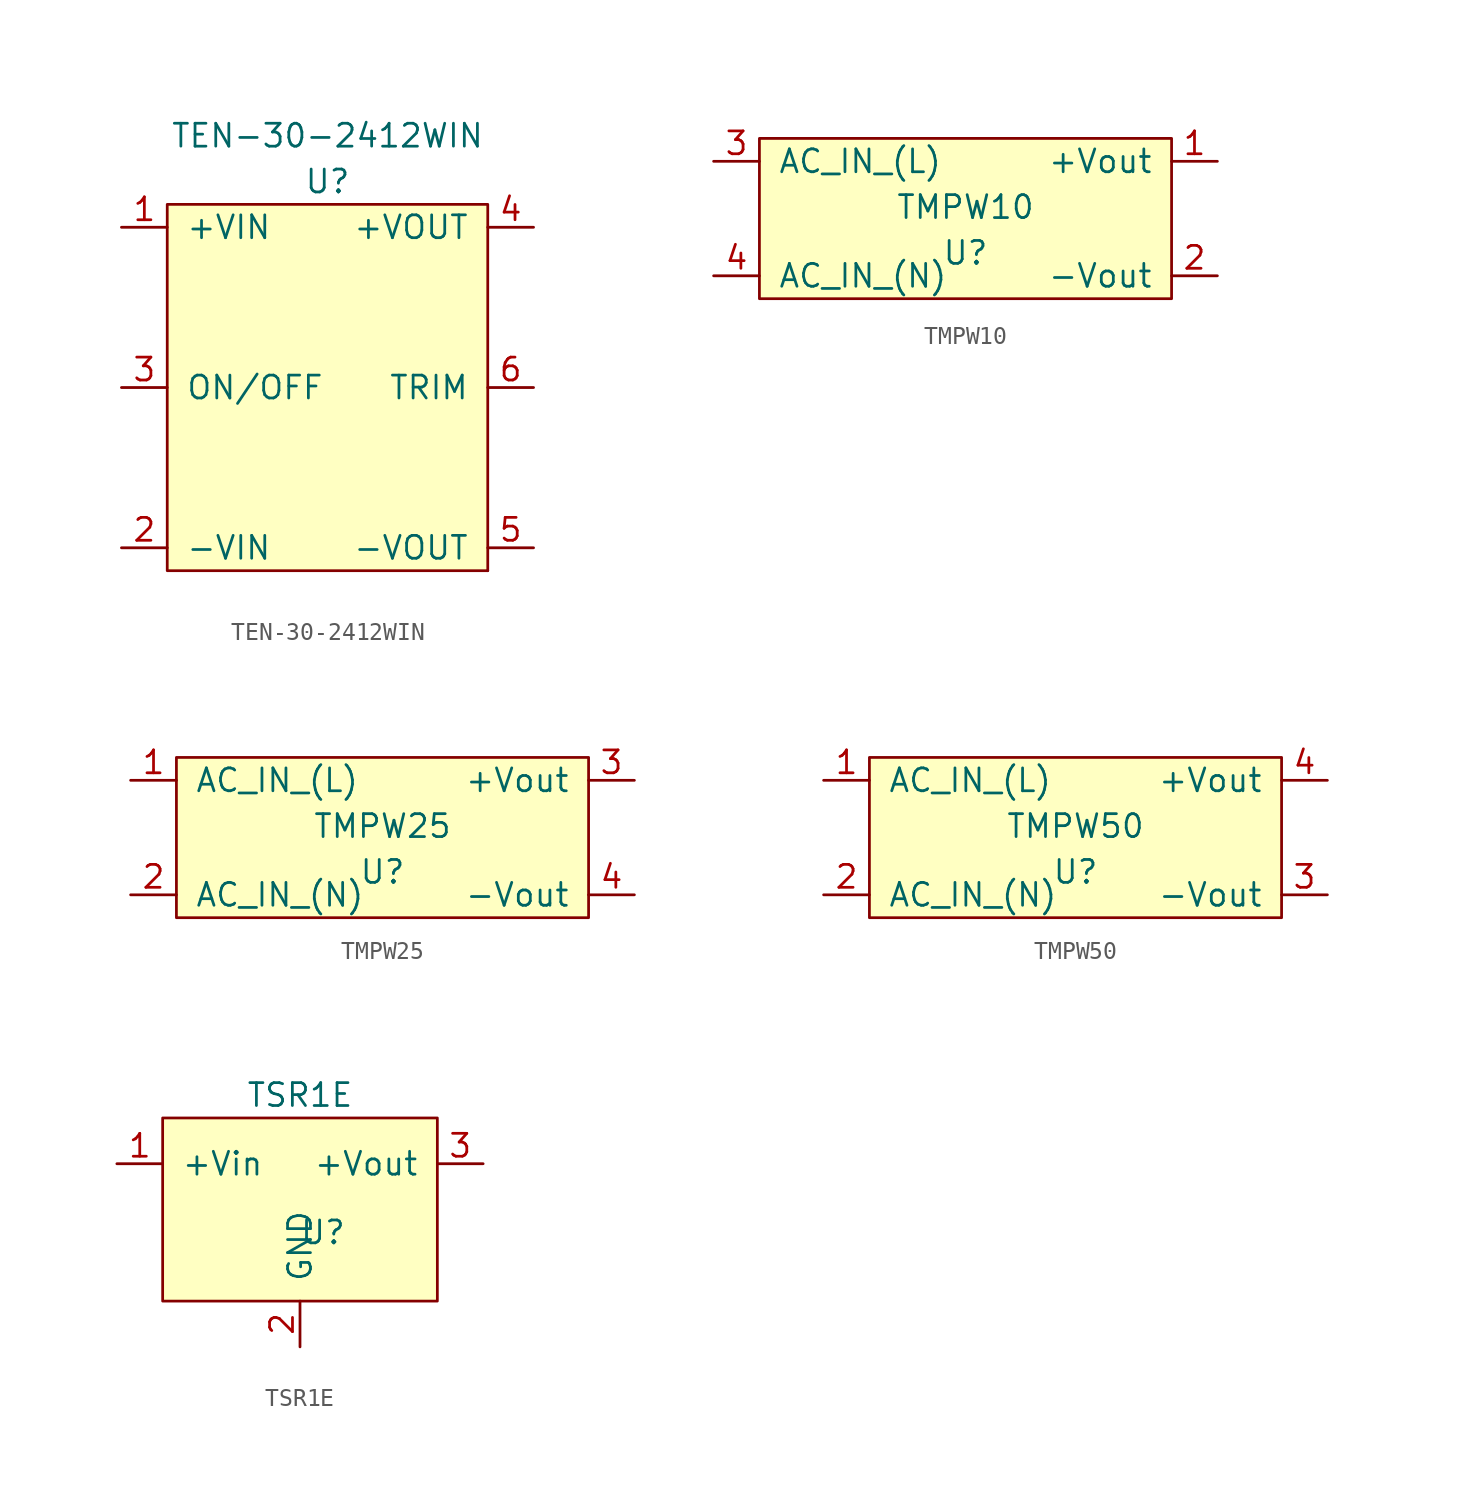
<source format=kicad_sym>
(kicad_symbol_lib
  (version 20241209)
  (generator "kicad_symbol_editor")
  (generator_version "9.0")
  (symbol "TEN-30-2412WIN"
    (pin_names
      (offset 1.016))
    (property "Reference" "U"
      (at 0 11.43 0)
      (effects (font (size 1.27 1.27))))
    (property "Value" "TEN-30-2412WIN"
      (at 0 13.97 0)
      (effects (font (size 1.27 1.27))))
    (symbol "TEN-30-2412WIN_0_1"
      (rectangle (start -8.89 10.16) (end 8.89 -10.16) (stroke (width 0) (type solid)) (fill (type background)))
      (rectangle (start 8.89 -10.16) (end 8.89 -10.16) (stroke (width 0) (type solid)) (fill (type none))))
    (symbol "TEN-30-2412WIN_1_1"
      (pin power_in line (at -11.43 8.89 0) (length 2.54) (name "+VIN" (effects (font (size 1.27 1.27)))) (number "1" (effects (font (size 1.27 1.27)))))
      (pin input line (at -11.43 0 0) (length 2.54) (name "ON/OFF" (effects (font (size 1.27 1.27)))) (number "3" (effects (font (size 1.27 1.27)))))
      (pin power_in line (at -11.43 -8.89 0) (length 2.54) (name "-VIN" (effects (font (size 1.27 1.27)))) (number "2" (effects (font (size 1.27 1.27)))))
      (pin power_out line (at 11.43 8.89 180) (length 2.54) (name "+VOUT" (effects (font (size 1.27 1.27)))) (number "4" (effects (font (size 1.27 1.27)))))
      (pin power_out line (at 11.43 0 180) (length 2.54) (name "TRIM" (effects (font (size 1.27 1.27)))) (number "6" (effects (font (size 1.27 1.27)))))
      (pin power_out line (at 11.43 -8.89 180) (length 2.54) (name "-VOUT" (effects (font (size 1.27 1.27)))) (number "5" (effects (font (size 1.27 1.27)))))))
  (symbol "TMPW10"
    (pin_names
      (offset 1.016))
    (property "Reference" "U"
      (at 0 0 0)
      (effects (font (size 1.27 1.27))))
    (property "Value" "TMPW10"
      (at 0 2.54 0)
      (effects (font (size 1.27 1.27))))
    (symbol "TMPW10_0_1"
      (rectangle (start -11.43 6.35) (end 11.43 -2.54) (stroke (width 0) (type solid)) (fill (type background))))
    (symbol "TMPW10_1_1"
      (pin power_in line (at -13.97 5.08 0) (length 2.54) (name "AC_IN_(L)" (effects (font (size 1.27 1.27)))) (number "3" (effects (font (size 1.27 1.27)))))
      (pin power_out line (at -13.97 -1.27 0) (length 2.54) (name "AC_IN_(N)" (effects (font (size 1.27 1.27)))) (number "4" (effects (font (size 1.27 1.27)))))
      (pin no_connect line (at 0 8.89 270) (length 2.54) (hide yes) (name "NC" (effects (font (size 1.27 1.27)))) (number "5" (effects (font (size 1.27 1.27)))))
      (pin power_out line (at 13.97 5.08 180) (length 2.54) (name "+Vout" (effects (font (size 1.27 1.27)))) (number "1" (effects (font (size 1.27 1.27)))))
      (pin power_in line (at 13.97 -1.27 180) (length 2.54) (name "-Vout" (effects (font (size 1.27 1.27)))) (number "2" (effects (font (size 1.27 1.27)))))))
  (symbol "TMPW25"
    (pin_names
      (offset 1.016))
    (property "Reference" "U"
      (at 0 0 0)
      (effects (font (size 1.27 1.27))))
    (property "Value" "TMPW25"
      (at 0 2.54 0)
      (effects (font (size 1.27 1.27))))
    (symbol "TMPW25_0_1"
      (rectangle (start -11.43 6.35) (end 11.43 -2.54) (stroke (width 0) (type solid)) (fill (type background))))
    (symbol "TMPW25_1_1"
      (pin power_in line (at -13.97 5.08 0) (length 2.54) (name "AC_IN_(L)" (effects (font (size 1.27 1.27)))) (number "1" (effects (font (size 1.27 1.27)))))
      (pin power_out line (at -13.97 -1.27 0) (length 2.54) (name "AC_IN_(N)" (effects (font (size 1.27 1.27)))) (number "2" (effects (font (size 1.27 1.27)))))
      (pin power_out line (at 13.97 5.08 180) (length 2.54) (name "+Vout" (effects (font (size 1.27 1.27)))) (number "3" (effects (font (size 1.27 1.27)))))
      (pin power_in line (at 13.97 -1.27 180) (length 2.54) (name "-Vout" (effects (font (size 1.27 1.27)))) (number "4" (effects (font (size 1.27 1.27)))))))
  (symbol "TMPW50"
    (pin_names
      (offset 1.016))
    (property "Reference" "U"
      (at 0 0 0)
      (effects (font (size 1.27 1.27))))
    (property "Value" "TMPW50"
      (at 0 2.54 0)
      (effects (font (size 1.27 1.27))))
    (symbol "TMPW50_0_1"
      (rectangle (start -11.43 6.35) (end 11.43 -2.54) (stroke (width 0) (type solid)) (fill (type background))))
    (symbol "TMPW50_1_1"
      (pin power_in line (at -13.97 5.08 0) (length 2.54) (name "AC_IN_(L)" (effects (font (size 1.27 1.27)))) (number "1" (effects (font (size 1.27 1.27)))))
      (pin power_out line (at -13.97 -1.27 0) (length 2.54) (name "AC_IN_(N)" (effects (font (size 1.27 1.27)))) (number "2" (effects (font (size 1.27 1.27)))))
      (pin power_out line (at 13.97 5.08 180) (length 2.54) (name "+Vout" (effects (font (size 1.27 1.27)))) (number "4" (effects (font (size 1.27 1.27)))))
      (pin power_in line (at 13.97 -1.27 180) (length 2.54) (name "-Vout" (effects (font (size 1.27 1.27)))) (number "3" (effects (font (size 1.27 1.27)))))))
  (symbol "TSR1E"
    (pin_names
      (offset 1.016))
    (property "Reference" "U"
      (at 1.27 -3.81 0)
      (effects (font (size 1.27 1.27))))
    (property "Value" "TSR1E"
      (at 0 3.81 0)
      (effects (font (size 1.27 1.27))))
    (symbol "TSR1E_0_1"
      (rectangle (start -7.62 2.54) (end 7.62 -7.62) (stroke (width 0) (type solid)) (fill (type background))))
    (symbol "TSR1E_1_1"
      (pin power_in line (at -10.16 0 0) (length 2.54) (name "+Vin" (effects (font (size 1.27 1.27)))) (number "1" (effects (font (size 1.27 1.27)))))
      (pin power_in line (at 0 -10.16 90) (length 2.54) (name "GND" (effects (font (size 1.27 1.27)))) (number "2" (effects (font (size 1.27 1.27)))))
      (pin power_in line (at 10.16 0 180) (length 2.54) (name "+Vout" (effects (font (size 1.27 1.27)))) (number "3" (effects (font (size 1.27 1.27))))))))
</source>
